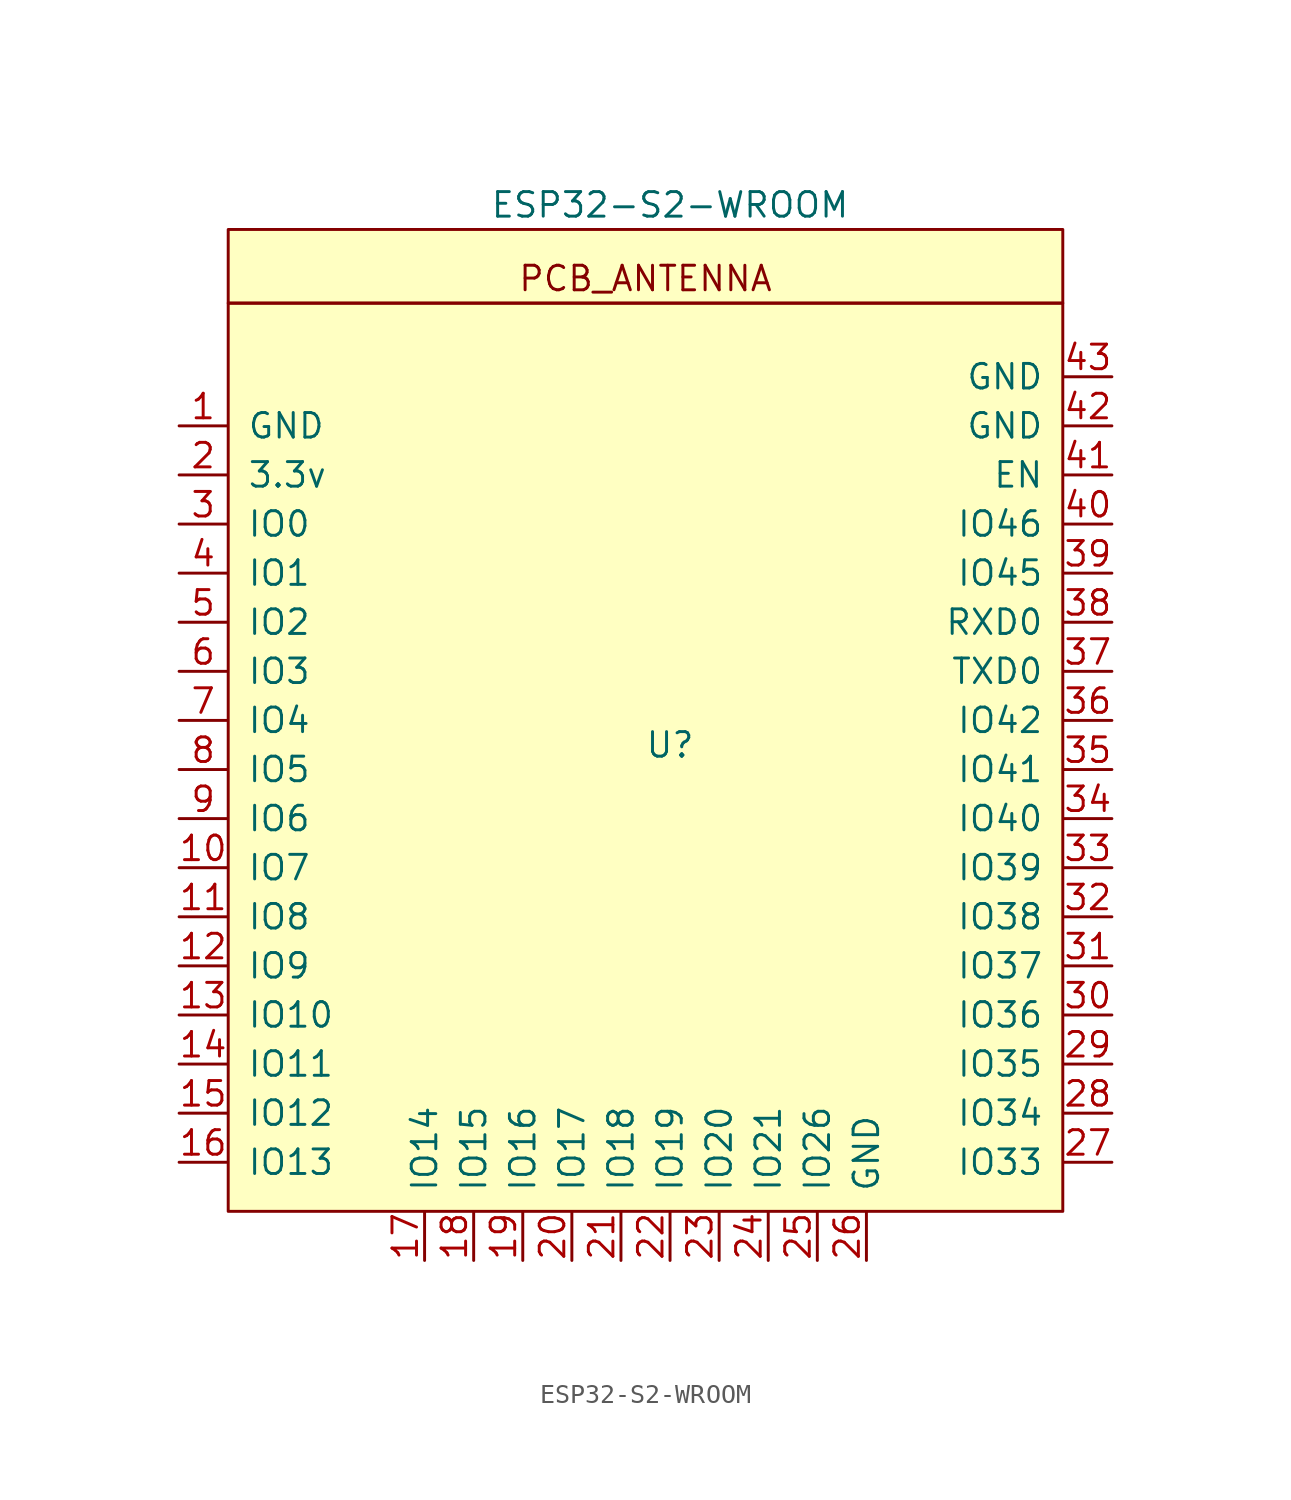
<source format=kicad_sym>
(kicad_symbol_lib
  (version 20211014)
  (generator kicad_symbol_editor)
  (symbol "ESP32-S2-WROOM"
    (pin_names
      (offset 1.016))
    (property "Reference" "U"
      (at 0 0 0)
      (effects (font (size 1.27 1.27))))
    (property "Value" "ESP32-S2-WROOM"
      (at 0 27.94 0)
      (effects (font (size 1.27 1.27))))
    (symbol "ESP32-S2-WROOM_0_0"
      (rectangle (start -22.86 22.86) (end 20.32 -24.13) (stroke (width 0) (type default) (color 0 0 0 0)) (fill (type background)))
      (rectangle (start -22.86 22.86) (end 20.32 26.67) (stroke (width 0) (type default) (color 0 0 0 0)) (fill (type background)))
      (text "PCB_ANTENNA" (at -1.27 24.13 0) (effects (font (size 1.27 1.27)))))
    (symbol "ESP32-S2-WROOM_1_1"
      (pin power_in line (at -25.4 16.51 0) (length 2.489) (name "GND" (effects (font (size 1.27 1.27)))) (number "1" (effects (font (size 1.27 1.27)))))
      (pin bidirectional line (at -25.4 -6.35 0) (length 2.489) (name "IO7" (effects (font (size 1.27 1.27)))) (number "10" (effects (font (size 1.27 1.27)))))
      (pin bidirectional line (at -25.4 -8.89 0) (length 2.489) (name "IO8" (effects (font (size 1.27 1.27)))) (number "11" (effects (font (size 1.27 1.27)))))
      (pin bidirectional line (at -25.4 -11.43 0) (length 2.489) (name "IO9" (effects (font (size 1.27 1.27)))) (number "12" (effects (font (size 1.27 1.27)))))
      (pin bidirectional line (at -25.4 -13.97 0) (length 2.489) (name "IO10" (effects (font (size 1.27 1.27)))) (number "13" (effects (font (size 1.27 1.27)))))
      (pin bidirectional line (at -25.4 -16.51 0) (length 2.489) (name "IO11" (effects (font (size 1.27 1.27)))) (number "14" (effects (font (size 1.27 1.27)))))
      (pin bidirectional line (at -25.4 -19.05 0) (length 2.489) (name "IO12" (effects (font (size 1.27 1.27)))) (number "15" (effects (font (size 1.27 1.27)))))
      (pin bidirectional line (at -25.4 -21.59 0) (length 2.489) (name "IO13" (effects (font (size 1.27 1.27)))) (number "16" (effects (font (size 1.27 1.27)))))
      (pin bidirectional line (at -12.7 -26.67 90) (length 2.489) (name "IO14" (effects (font (size 1.27 1.27)))) (number "17" (effects (font (size 1.27 1.27)))))
      (pin bidirectional line (at -10.16 -26.67 90) (length 2.489) (name "IO15" (effects (font (size 1.27 1.27)))) (number "18" (effects (font (size 1.27 1.27)))))
      (pin bidirectional line (at -7.62 -26.67 90) (length 2.489) (name "IO16" (effects (font (size 1.27 1.27)))) (number "19" (effects (font (size 1.27 1.27)))))
      (pin power_in line (at -25.4 13.97 0) (length 2.489) (name "3.3v" (effects (font (size 1.27 1.27)))) (number "2" (effects (font (size 1.27 1.27)))))
      (pin bidirectional line (at -5.08 -26.67 90) (length 2.489) (name "IO17" (effects (font (size 1.27 1.27)))) (number "20" (effects (font (size 1.27 1.27)))))
      (pin bidirectional line (at -2.54 -26.67 90) (length 2.489) (name "IO18" (effects (font (size 1.27 1.27)))) (number "21" (effects (font (size 1.27 1.27)))))
      (pin bidirectional line (at 0 -26.67 90) (length 2.489) (name "IO19" (effects (font (size 1.27 1.27)))) (number "22" (effects (font (size 1.27 1.27)))))
      (pin bidirectional line (at 2.54 -26.67 90) (length 2.489) (name "IO20" (effects (font (size 1.27 1.27)))) (number "23" (effects (font (size 1.27 1.27)))))
      (pin bidirectional line (at 5.08 -26.67 90) (length 2.489) (name "IO21" (effects (font (size 1.27 1.27)))) (number "24" (effects (font (size 1.27 1.27)))))
      (pin bidirectional line (at 7.62 -26.67 90) (length 2.489) (name "IO26" (effects (font (size 1.27 1.27)))) (number "25" (effects (font (size 1.27 1.27)))))
      (pin power_in line (at 10.16 -26.67 90) (length 2.489) (name "GND" (effects (font (size 1.27 1.27)))) (number "26" (effects (font (size 1.27 1.27)))))
      (pin bidirectional line (at 22.86 -21.59 180) (length 2.489) (name "IO33" (effects (font (size 1.27 1.27)))) (number "27" (effects (font (size 1.27 1.27)))))
      (pin bidirectional line (at 22.86 -19.05 180) (length 2.489) (name "IO34" (effects (font (size 1.27 1.27)))) (number "28" (effects (font (size 1.27 1.27)))))
      (pin bidirectional line (at 22.86 -16.51 180) (length 2.489) (name "IO35" (effects (font (size 1.27 1.27)))) (number "29" (effects (font (size 1.27 1.27)))))
      (pin bidirectional line (at -25.4 11.43 0) (length 2.489) (name "IO0" (effects (font (size 1.27 1.27)))) (number "3" (effects (font (size 1.27 1.27)))))
      (pin bidirectional line (at 22.86 -13.97 180) (length 2.489) (name "IO36" (effects (font (size 1.27 1.27)))) (number "30" (effects (font (size 1.27 1.27)))))
      (pin bidirectional line (at 22.86 -11.43 180) (length 2.489) (name "IO37" (effects (font (size 1.27 1.27)))) (number "31" (effects (font (size 1.27 1.27)))))
      (pin bidirectional line (at 22.86 -8.89 180) (length 2.489) (name "IO38" (effects (font (size 1.27 1.27)))) (number "32" (effects (font (size 1.27 1.27)))))
      (pin bidirectional line (at 22.86 -6.35 180) (length 2.489) (name "IO39" (effects (font (size 1.27 1.27)))) (number "33" (effects (font (size 1.27 1.27)))))
      (pin bidirectional line (at 22.86 -3.81 180) (length 2.489) (name "IO40" (effects (font (size 1.27 1.27)))) (number "34" (effects (font (size 1.27 1.27)))))
      (pin bidirectional line (at 22.86 -1.27 180) (length 2.489) (name "IO41" (effects (font (size 1.27 1.27)))) (number "35" (effects (font (size 1.27 1.27)))))
      (pin bidirectional line (at 22.86 1.27 180) (length 2.489) (name "IO42" (effects (font (size 1.27 1.27)))) (number "36" (effects (font (size 1.27 1.27)))))
      (pin bidirectional line (at 22.86 3.81 180) (length 2.489) (name "TXD0" (effects (font (size 1.27 1.27)))) (number "37" (effects (font (size 1.27 1.27)))))
      (pin bidirectional line (at 22.86 6.35 180) (length 2.489) (name "RXD0" (effects (font (size 1.27 1.27)))) (number "38" (effects (font (size 1.27 1.27)))))
      (pin bidirectional line (at 22.86 8.89 180) (length 2.489) (name "IO45" (effects (font (size 1.27 1.27)))) (number "39" (effects (font (size 1.27 1.27)))))
      (pin bidirectional line (at -25.4 8.89 0) (length 2.489) (name "IO1" (effects (font (size 1.27 1.27)))) (number "4" (effects (font (size 1.27 1.27)))))
      (pin bidirectional line (at 22.86 11.43 180) (length 2.489) (name "IO46" (effects (font (size 1.27 1.27)))) (number "40" (effects (font (size 1.27 1.27)))))
      (pin bidirectional line (at 22.86 13.97 180) (length 2.489) (name "EN" (effects (font (size 1.27 1.27)))) (number "41" (effects (font (size 1.27 1.27)))))
      (pin power_in line (at 22.86 16.51 180) (length 2.489) (name "GND" (effects (font (size 1.27 1.27)))) (number "42" (effects (font (size 1.27 1.27)))))
      (pin power_in line (at 22.86 19.05 180) (length 2.489) (name "GND" (effects (font (size 1.27 1.27)))) (number "43" (effects (font (size 1.27 1.27)))))
      (pin bidirectional line (at -25.4 6.35 0) (length 2.489) (name "IO2" (effects (font (size 1.27 1.27)))) (number "5" (effects (font (size 1.27 1.27)))))
      (pin bidirectional line (at -25.4 3.81 0) (length 2.489) (name "IO3" (effects (font (size 1.27 1.27)))) (number "6" (effects (font (size 1.27 1.27)))))
      (pin bidirectional line (at -25.4 1.27 0) (length 2.489) (name "IO4" (effects (font (size 1.27 1.27)))) (number "7" (effects (font (size 1.27 1.27)))))
      (pin bidirectional line (at -25.4 -1.27 0) (length 2.489) (name "IO5" (effects (font (size 1.27 1.27)))) (number "8" (effects (font (size 1.27 1.27)))))
      (pin bidirectional line (at -25.4 -3.81 0) (length 2.489) (name "IO6" (effects (font (size 1.27 1.27)))) (number "9" (effects (font (size 1.27 1.27))))))))
</source>
